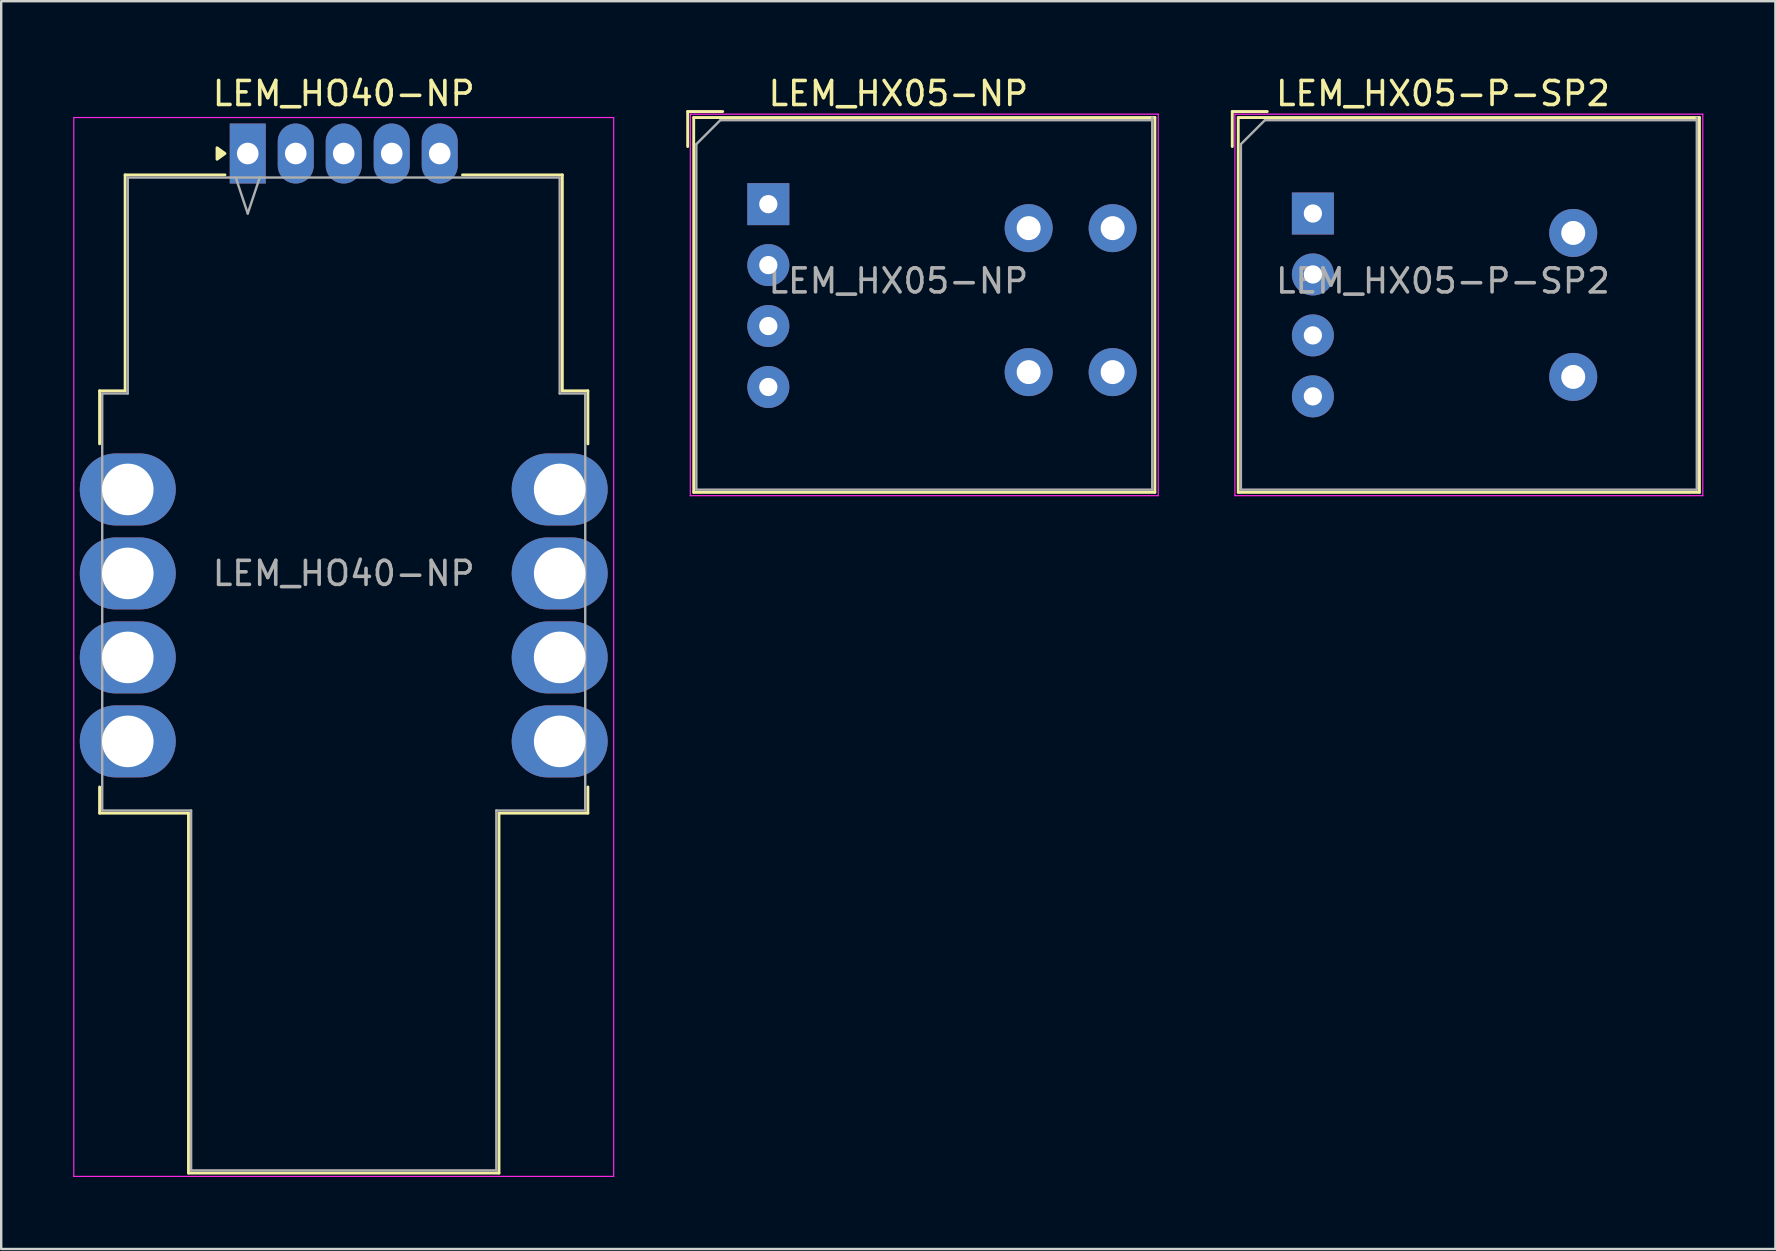
<source format=kicad_pcb>
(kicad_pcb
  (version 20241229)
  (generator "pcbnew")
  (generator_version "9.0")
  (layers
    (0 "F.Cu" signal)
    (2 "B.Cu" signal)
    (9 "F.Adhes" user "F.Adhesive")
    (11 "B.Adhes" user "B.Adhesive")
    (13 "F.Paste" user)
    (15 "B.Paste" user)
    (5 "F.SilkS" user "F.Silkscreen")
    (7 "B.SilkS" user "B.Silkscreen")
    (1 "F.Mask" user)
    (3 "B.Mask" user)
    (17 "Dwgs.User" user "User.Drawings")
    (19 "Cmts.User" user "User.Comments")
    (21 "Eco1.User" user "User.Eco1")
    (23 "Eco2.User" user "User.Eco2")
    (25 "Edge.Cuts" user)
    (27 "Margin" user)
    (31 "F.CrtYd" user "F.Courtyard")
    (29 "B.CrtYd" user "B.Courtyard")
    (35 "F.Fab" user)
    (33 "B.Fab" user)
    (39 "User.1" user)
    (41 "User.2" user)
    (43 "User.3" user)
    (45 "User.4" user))
  (footprint "LEM_HX05-NP"
    (layer "F.Cu")
    (at 28.97 5.458)
    (property "Reference" "LEM_HX05-NP" (at 5.42 -4.61 0) (layer "F.SilkS") (effects (font (size 1 1) (thickness 0.15))))
    (attr through_hole)
    (fp_line (start -3.36 -2.4) (end -3.36 -3.86) (stroke (width 0.12) (type solid)) (layer "F.SilkS"))
    (fp_line (start -3.11 -3.61) (end -3.11 12.01) (stroke (width 0.12) (type solid)) (layer "F.SilkS"))
    (fp_line (start -3.11 12.01) (end 16.11 12.01) (stroke (width 0.12) (type solid)) (layer "F.SilkS"))
    (fp_line (start -1.9 -3.86) (end -3.36 -3.86) (stroke (width 0.12) (type solid)) (layer "F.SilkS"))
    (fp_line (start 16.11 -3.61) (end -3.11 -3.61) (stroke (width 0.12) (type solid)) (layer "F.SilkS"))
    (fp_line (start 16.11 12.01) (end 16.11 -3.61) (stroke (width 0.12) (type solid)) (layer "F.SilkS"))
    (fp_line (start -3.25 -3.75) (end -3.25 12.15) (stroke (width 0.05) (type solid)) (layer "F.CrtYd"))
    (fp_line (start -3.25 12.15) (end 16.25 12.15) (stroke (width 0.05) (type solid)) (layer "F.CrtYd"))
    (fp_line (start 16.25 -3.75) (end -3.25 -3.75) (stroke (width 0.05) (type solid)) (layer "F.CrtYd"))
    (fp_line (start 16.25 12.15) (end 16.25 -3.75) (stroke (width 0.05) (type solid)) (layer "F.CrtYd"))
    (fp_line (start -3 -2.5) (end -3 11.9) (stroke (width 0.1) (type solid)) (layer "F.Fab"))
    (fp_line (start -3 11.9) (end 16 11.9) (stroke (width 0.1) (type solid)) (layer "F.Fab"))
    (fp_line (start -2 -3.5) (end -3 -2.5) (stroke (width 0.1) (type solid)) (layer "F.Fab"))
    (fp_line (start 16 -3.5) (end -2 -3.5) (stroke (width 0.1) (type solid)) (layer "F.Fab"))
    (fp_line (start 16 11.9) (end 16 -3.61) (stroke (width 0.1) (type solid)) (layer "F.Fab"))
    (fp_text user "${REFERENCE}" (at 5.42 3.2 0) (layer "F.Fab") (effects (font (size 1 1) (thickness 0.15))))
    (pad "1" thru_hole rect (at 0 0) (size 1.75 1.75) (drill 0.76) (layers "*.Cu" "*.Mask"))
    (pad "2" thru_hole circle (at 0 2.54) (size 1.75 1.75) (drill 0.76) (layers "*.Cu" "*.Mask"))
    (pad "3" thru_hole circle (at 0 5.08) (size 1.75 1.75) (drill 0.76) (layers "*.Cu" "*.Mask"))
    (pad "4" thru_hole circle (at 0 7.62) (size 1.75 1.75) (drill 0.76) (layers "*.Cu" "*.Mask"))
    (pad "5" thru_hole circle (at 10.85 1) (size 2 2) (drill 1) (layers "*.Cu" "*.Mask"))
    (pad "6" thru_hole circle (at 10.85 7) (size 2 2) (drill 1) (layers "*.Cu" "*.Mask"))
    (pad "7" thru_hole circle (at 14.35 1) (size 2 2) (drill 1) (layers "*.Cu" "*.Mask"))
    (pad "8" thru_hole circle (at 14.35 7) (size 2 2) (drill 1) (layers "*.Cu" "*.Mask")))
  (footprint "LEM_HX05-P-SP2"
    (layer "F.Cu")
    (at 51.665 5.848)
    (property "Reference" "LEM_HX05-P-SP2" (at 5.42 -5 0) (layer "F.SilkS") (effects (font (size 1 1) (thickness 0.15))))
    (attr through_hole)
    (fp_line (start -3.36 -2.79) (end -3.36 -4.25) (stroke (width 0.12) (type solid)) (layer "F.SilkS"))
    (fp_line (start -3.11 -4) (end -3.11 11.62) (stroke (width 0.12) (type solid)) (layer "F.SilkS"))
    (fp_line (start -3.11 11.62) (end 16.11 11.62) (stroke (width 0.12) (type solid)) (layer "F.SilkS"))
    (fp_line (start -1.9 -4.25) (end -3.36 -4.25) (stroke (width 0.12) (type solid)) (layer "F.SilkS"))
    (fp_line (start 16.11 -4) (end -3.11 -4) (stroke (width 0.12) (type solid)) (layer "F.SilkS"))
    (fp_line (start 16.11 11.62) (end 16.11 -4) (stroke (width 0.12) (type solid)) (layer "F.SilkS"))
    (fp_line (start -3.25 -4.14) (end -3.25 11.76) (stroke (width 0.05) (type solid)) (layer "F.CrtYd"))
    (fp_line (start -3.25 11.76) (end 16.25 11.76) (stroke (width 0.05) (type solid)) (layer "F.CrtYd"))
    (fp_line (start 16.25 -4.14) (end -3.25 -4.14) (stroke (width 0.05) (type solid)) (layer "F.CrtYd"))
    (fp_line (start 16.25 11.76) (end 16.25 -4.14) (stroke (width 0.05) (type solid)) (layer "F.CrtYd"))
    (fp_line (start -3 -2.89) (end -3 11.51) (stroke (width 0.1) (type solid)) (layer "F.Fab"))
    (fp_line (start -3 11.51) (end 16 11.51) (stroke (width 0.1) (type solid)) (layer "F.Fab"))
    (fp_line (start -2 -3.89) (end -3 -2.89) (stroke (width 0.1) (type solid)) (layer "F.Fab"))
    (fp_line (start 16 -3.89) (end -2 -3.89) (stroke (width 0.1) (type solid)) (layer "F.Fab"))
    (fp_line (start 16 11.51) (end 16 -4) (stroke (width 0.1) (type solid)) (layer "F.Fab"))
    (fp_text user "${REFERENCE}" (at 5.42 2.81 0) (layer "F.Fab") (effects (font (size 1 1) (thickness 0.15))))
    (pad "1" thru_hole rect (at 0 0) (size 1.75 1.75) (drill 0.76) (layers "*.Cu" "*.Mask"))
    (pad "2" thru_hole circle (at 0 2.54) (size 1.75 1.75) (drill 0.76) (layers "*.Cu" "*.Mask"))
    (pad "3" thru_hole circle (at 0 5.08) (size 1.75 1.75) (drill 0.76) (layers "*.Cu" "*.Mask"))
    (pad "4" thru_hole circle (at 0 7.62) (size 1.75 1.75) (drill 0.76) (layers "*.Cu" "*.Mask"))
    (pad "5" thru_hole circle (at 10.85 0.81) (size 2 2) (drill 1) (layers "*.Cu" "*.Mask"))
    (pad "6" thru_hole circle (at 10.85 6.81) (size 2 2) (drill 1) (layers "*.Cu" "*.Mask")))
  (footprint "LEM_HO40-NP"
    (layer "F.Cu")
    (at 7.275 3.348)
    (property "Reference" "LEM_HO40-NP" (at 4 -2.5 180) (layer "F.SilkS") (effects (font (size 1 1) (thickness 0.15))))
    (attr through_hole)
    (fp_line (start -6.175 9.89) (end -6.175 12.1) (stroke (width 0.12) (type solid)) (layer "F.SilkS"))
    (fp_line (start -6.175 26.4) (end -6.175 27.49) (stroke (width 0.12) (type solid)) (layer "F.SilkS"))
    (fp_line (start -5.11 0.89) (end -5.11 9.89) (stroke (width 0.12) (type solid)) (layer "F.SilkS"))
    (fp_line (start -5.11 9.89) (end -6.175 9.89) (stroke (width 0.12) (type solid)) (layer "F.SilkS"))
    (fp_line (start -2.47 27.49) (end -6.175 27.49) (stroke (width 0.12) (type solid)) (layer "F.SilkS"))
    (fp_line (start -2.47 42.49) (end -2.47 27.49) (stroke (width 0.12) (type solid)) (layer "F.SilkS"))
    (fp_line (start -2.47 42.49) (end 10.47 42.49) (stroke (width 0.12) (type solid)) (layer "F.SilkS"))
    (fp_line (start -0.95 0.89) (end -5.11 0.89) (stroke (width 0.12) (type solid)) (layer "F.SilkS"))
    (fp_line (start 10.47 42.49) (end 10.47 27.49) (stroke (width 0.12) (type solid)) (layer "F.SilkS"))
    (fp_line (start 13.11 0.89) (end 8.95 0.89) (stroke (width 0.12) (type solid)) (layer "F.SilkS"))
    (fp_line (start 13.11 9.89) (end 13.11 0.89) (stroke (width 0.12) (type solid)) (layer "F.SilkS"))
    (fp_line (start 14.175 9.89) (end 13.11 9.89) (stroke (width 0.12) (type solid)) (layer "F.SilkS"))
    (fp_line (start 14.175 9.89) (end 14.175 12.1) (stroke (width 0.12) (type solid)) (layer "F.SilkS"))
    (fp_line (start 14.175 26.4) (end 14.175 27.49) (stroke (width 0.12) (type solid)) (layer "F.SilkS"))
    (fp_line (start 14.175 27.49) (end 10.47 27.49) (stroke (width 0.12) (type solid)) (layer "F.SilkS"))
    (fp_poly (pts (xy -0.95 0) (xy -1.28 0.24) (xy -1.28 -0.24) (xy -0.95 0)) (stroke (width 0.12) (type solid)) (fill yes) (layer "F.SilkS"))
    (fp_line (start -7.25 -1.5) (end -7.25 42.63) (stroke (width 0.05) (type solid)) (layer "F.CrtYd"))
    (fp_line (start -7.25 42.63) (end 15.25 42.63) (stroke (width 0.05) (type solid)) (layer "F.CrtYd"))
    (fp_line (start 15.25 -1.5) (end -7.25 -1.5) (stroke (width 0.05) (type solid)) (layer "F.CrtYd"))
    (fp_line (start 15.25 42.63) (end 15.25 -1.5) (stroke (width 0.05) (type solid)) (layer "F.CrtYd"))
    (fp_line (start -6.065 10) (end -6.065 27.38) (stroke (width 0.1) (type solid)) (layer "F.Fab"))
    (fp_line (start -5 10) (end -6.065 10) (stroke (width 0.1) (type solid)) (layer "F.Fab"))
    (fp_line (start -5 10) (end -5 1) (stroke (width 0.1) (type solid)) (layer "F.Fab"))
    (fp_line (start -2.36 27.38) (end -6.065 27.38) (stroke (width 0.1) (type solid)) (layer "F.Fab"))
    (fp_line (start -2.36 42.38) (end -2.36 27.38) (stroke (width 0.1) (type solid)) (layer "F.Fab"))
    (fp_line (start -2.36 42.38) (end 10.36 42.38) (stroke (width 0.1) (type solid)) (layer "F.Fab"))
    (fp_line (start -0.5 1) (end 0 2.5) (stroke (width 0.1) (type solid)) (layer "F.Fab"))
    (fp_line (start 0 2.5) (end 0.5 1) (stroke (width 0.1) (type solid)) (layer "F.Fab"))
    (fp_line (start 10.36 42.38) (end 10.36 27.38) (stroke (width 0.1) (type solid)) (layer "F.Fab"))
    (fp_line (start 13 1) (end -5 1) (stroke (width 0.1) (type solid)) (layer "F.Fab"))
    (fp_line (start 13 1) (end 13 10) (stroke (width 0.1) (type solid)) (layer "F.Fab"))
    (fp_line (start 14.065 10) (end 13 10) (stroke (width 0.1) (type solid)) (layer "F.Fab"))
    (fp_line (start 14.065 10) (end 14.065 27.38) (stroke (width 0.1) (type solid)) (layer "F.Fab"))
    (fp_line (start 14.065 27.38) (end 10.36 27.38) (stroke (width 0.1) (type solid)) (layer "F.Fab"))
    (fp_text user "${REFERENCE}" (at 4 17.5 0) (layer "F.Fab") (effects (font (size 1 1) (thickness 0.15))))
    (pad "1" thru_hole rect (at 0 0) (size 1.5 2.5) (drill 0.9) (layers "*.Cu" "*.Mask"))
    (pad "2" thru_hole oval (at 2 0) (size 1.5 2.5) (drill 0.9) (layers "*.Cu" "*.Mask"))
    (pad "3" thru_hole oval (at 4 0) (size 1.5 2.5) (drill 0.9) (layers "*.Cu" "*.Mask"))
    (pad "4" thru_hole oval (at 6 0) (size 1.5 2.5) (drill 0.9) (layers "*.Cu" "*.Mask"))
    (pad "5" thru_hole oval (at 8 0) (size 1.5 2.5) (drill 0.9) (layers "*.Cu" "*.Mask"))
    (pad "6" thru_hole oval (at 13 14) (size 4 3) (drill 2.15) (layers "*.Cu" "*.Mask"))
    (pad "7" thru_hole oval (at 13 17.5) (size 4 3) (drill 2.15) (layers "*.Cu" "*.Mask"))
    (pad "8" thru_hole oval (at 13 21) (size 4 3) (drill 2.15) (layers "*.Cu" "*.Mask"))
    (pad "9" thru_hole oval (at 13 24.5) (size 4 3) (drill 2.15) (layers "*.Cu" "*.Mask"))
    (pad "10" thru_hole oval (at -5 24.5) (size 4 3) (drill 2.15) (layers "*.Cu" "*.Mask"))
    (pad "11" thru_hole oval (at -5 21) (size 4 3) (drill 2.15) (layers "*.Cu" "*.Mask"))
    (pad "12" thru_hole oval (at -5 17.5) (size 4 3) (drill 2.15) (layers "*.Cu" "*.Mask"))
    (pad "13" thru_hole oval (at -5 14) (size 4 3) (drill 2.15) (layers "*.Cu" "*.Mask")))
  (gr_rect
    (start -3 -3)
    (end 70.94 49.003)
    (stroke (width 0.1) (type default))
    (fill no)
    (layer "Edge.Cuts")))
</source>
